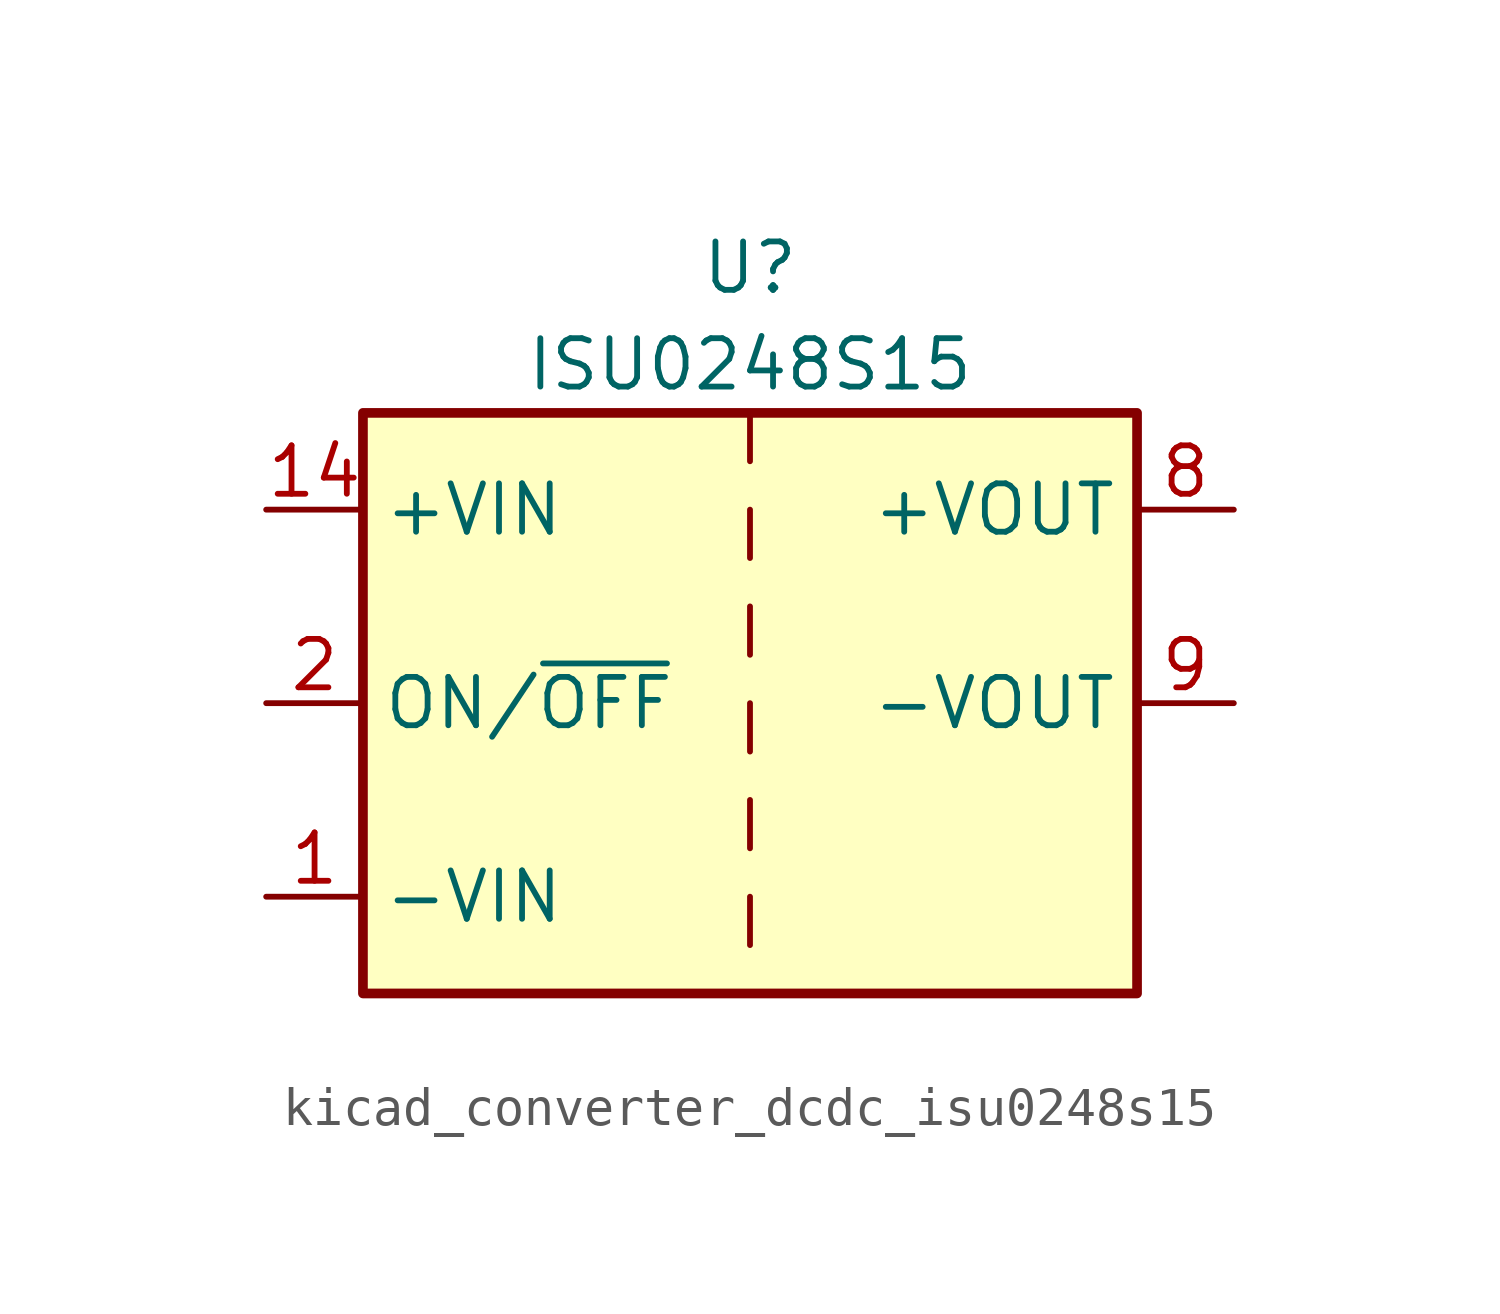
<source format=kicad_sym>
(kicad_symbol_lib
  (version 20220914)
  (generator kicad_symbol_editor)
  (symbol "kicad_converter_dcdc_isu0248s15"
    (property "Reference" "U"
      (at 0 11.43 0)
      (effects (font (size 1.27 1.27))))
    (property "Value" "ISU0248S15"
      (at 0 8.89 0)
      (effects (font (size 1.27 1.27))))
    (symbol "kicad_converter_dcdc_isu0248s15_0_1"
      (rectangle (start -10.16 7.62) (end 10.16 -7.62) (stroke (width 0.254) (type default)) (fill (type background)))
      (polyline (pts (xy 0 -5.08) (xy 0 -6.35)) (stroke (width 0) (type default)) (fill (type none)))
      (polyline (pts (xy 0 -2.54) (xy 0 -3.81)) (stroke (width 0) (type default)) (fill (type none)))
      (polyline (pts (xy 0 0) (xy 0 -1.27)) (stroke (width 0) (type default)) (fill (type none)))
      (polyline (pts (xy 0 2.54) (xy 0 1.27)) (stroke (width 0) (type default)) (fill (type none)))
      (polyline (pts (xy 0 5.08) (xy 0 3.81)) (stroke (width 0) (type default)) (fill (type none)))
      (polyline (pts (xy 0 7.62) (xy 0 6.35)) (stroke (width 0) (type default)) (fill (type none))))
    (symbol "kicad_converter_dcdc_isu0248s15_1_1"
      (pin power_in line (at -12.7 -5.08 0) (length 2.54) (name "-VIN" (effects (font (size 1.27 1.27)))) (number "1" (effects (font (size 1.27 1.27)))))
      (pin power_in line (at -12.7 5.08 0) (length 2.54) (name "+VIN" (effects (font (size 1.27 1.27)))) (number "14" (effects (font (size 1.27 1.27)))))
      (pin input line (at -12.7 0 0) (length 2.54) (name "ON/~{OFF}" (effects (font (size 1.27 1.27)))) (number "2" (effects (font (size 1.27 1.27)))))
      (pin no_connect line (at 10.16 -2.54 180) (length 2.54) hide (name "NC" (effects (font (size 1.27 1.27)))) (number "6" (effects (font (size 1.27 1.27)))))
      (pin no_connect line (at 10.16 -5.08 180) (length 2.54) hide (name "NC" (effects (font (size 1.27 1.27)))) (number "7" (effects (font (size 1.27 1.27)))))
      (pin power_out line (at 12.7 5.08 180) (length 2.54) (name "+VOUT" (effects (font (size 1.27 1.27)))) (number "8" (effects (font (size 1.27 1.27)))))
      (pin power_out line (at 12.7 0 180) (length 2.54) (name "-VOUT" (effects (font (size 1.27 1.27)))) (number "9" (effects (font (size 1.27 1.27))))))))
</source>
